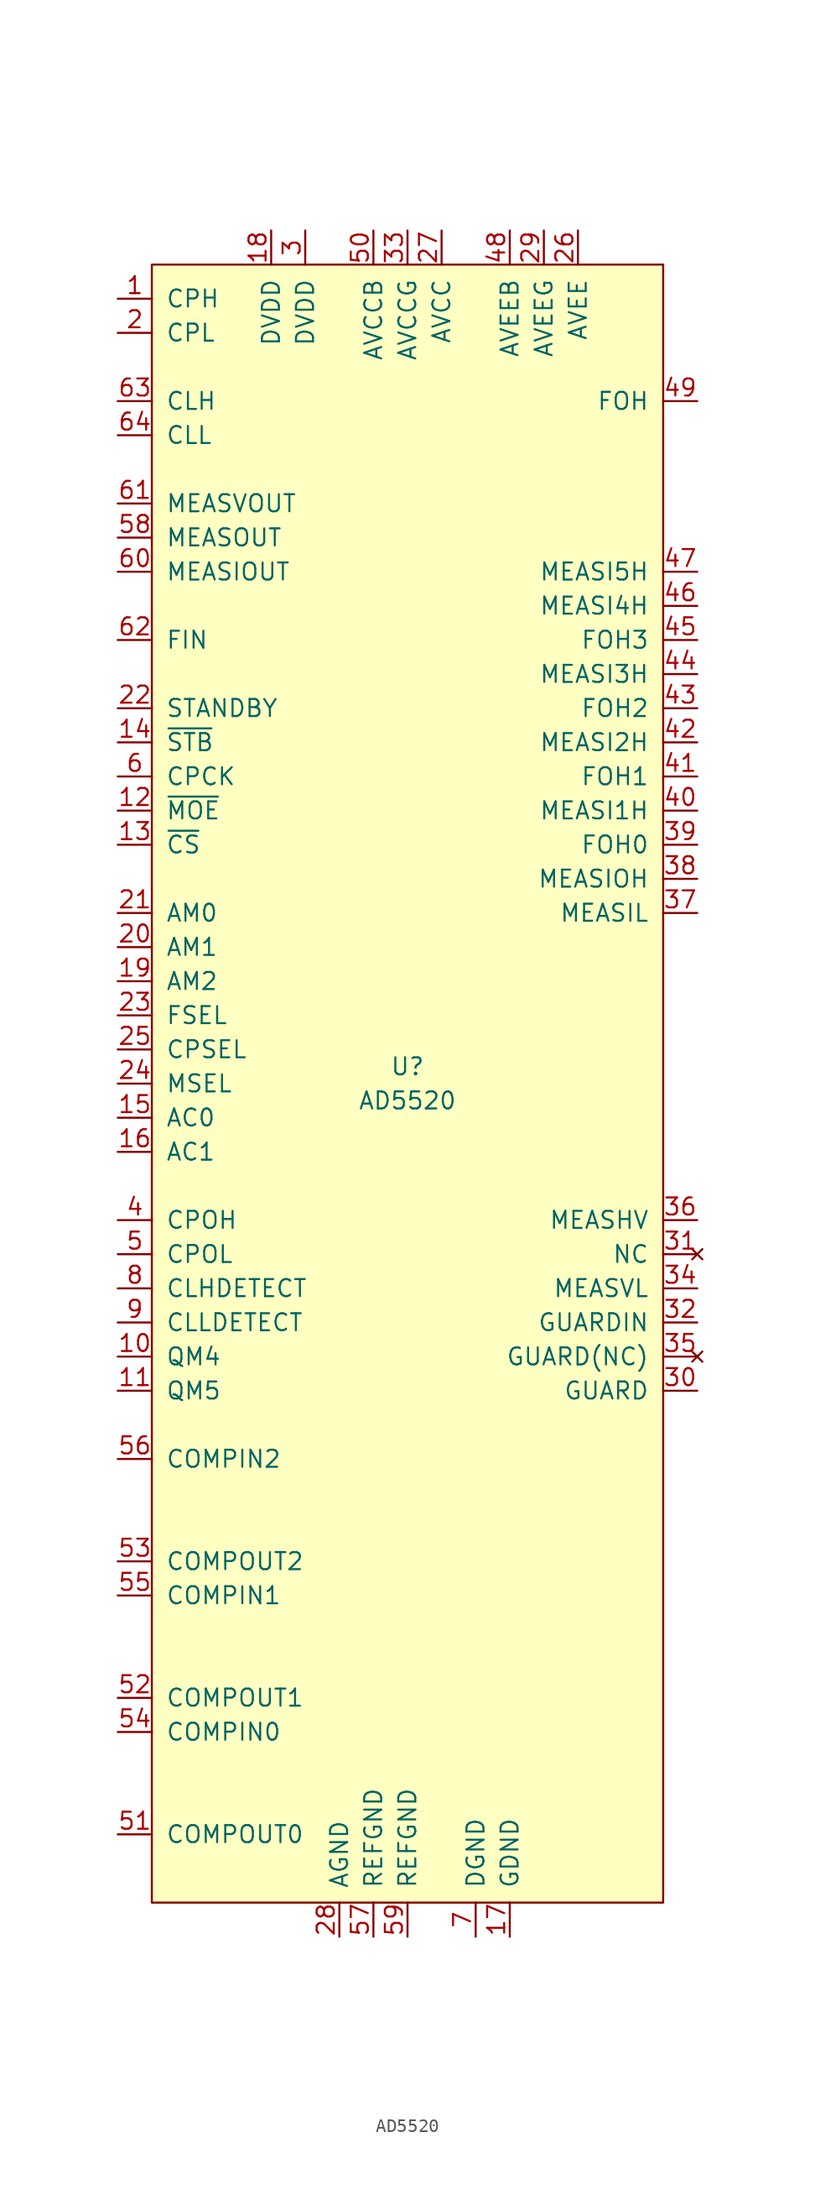
<source format=kicad_sym>
(kicad_symbol_lib
  (version 20211014)
  (generator kicad_symbol_editor)
  (symbol "AD5520"
    (pin_names
      (offset 1.016))
    (property "Reference" "U"
      (at 0 1.27 0)
      (effects (font (size 1.27 1.27))))
    (property "Value" "AD5520"
      (at 0 -1.27 0)
      (effects (font (size 1.27 1.27))))
    (symbol "AD5520_0_1"
      (rectangle (start -19.05 60.96) (end 19.05 -60.96) (stroke (width 0) (type default) (color 0 0 0 0)) (fill (type background))))
    (symbol "AD5520_1_1"
      (pin input line (at -21.59 58.42 0) (length 2.54) (name "CPH" (effects (font (size 1.27 1.27)))) (number "1" (effects (font (size 1.27 1.27)))))
      (pin output line (at -21.59 -20.32 0) (length 2.54) (name "QM4" (effects (font (size 1.27 1.27)))) (number "10" (effects (font (size 1.27 1.27)))))
      (pin output line (at -21.59 -22.86 0) (length 2.54) (name "QM5" (effects (font (size 1.27 1.27)))) (number "11" (effects (font (size 1.27 1.27)))))
      (pin input line (at -21.59 20.32 0) (length 2.54) (name "~{MOE}" (effects (font (size 1.27 1.27)))) (number "12" (effects (font (size 1.27 1.27)))))
      (pin input line (at -21.59 17.78 0) (length 2.54) (name "~{CS}" (effects (font (size 1.27 1.27)))) (number "13" (effects (font (size 1.27 1.27)))))
      (pin input line (at -21.59 25.4 0) (length 2.54) (name "~{STB}" (effects (font (size 1.27 1.27)))) (number "14" (effects (font (size 1.27 1.27)))))
      (pin input line (at -21.59 -2.54 0) (length 2.54) (name "AC0" (effects (font (size 1.27 1.27)))) (number "15" (effects (font (size 1.27 1.27)))))
      (pin input line (at -21.59 -5.08 0) (length 2.54) (name "AC1" (effects (font (size 1.27 1.27)))) (number "16" (effects (font (size 1.27 1.27)))))
      (pin passive line (at 7.62 -63.5 90) (length 2.54) (name "GDND" (effects (font (size 1.27 1.27)))) (number "17" (effects (font (size 1.27 1.27)))))
      (pin passive line (at -10.16 63.5 270) (length 2.54) (name "DVDD" (effects (font (size 1.27 1.27)))) (number "18" (effects (font (size 1.27 1.27)))))
      (pin input line (at -21.59 7.62 0) (length 2.54) (name "AM2" (effects (font (size 1.27 1.27)))) (number "19" (effects (font (size 1.27 1.27)))))
      (pin input line (at -21.59 55.88 0) (length 2.54) (name "CPL" (effects (font (size 1.27 1.27)))) (number "2" (effects (font (size 1.27 1.27)))))
      (pin input line (at -21.59 10.16 0) (length 2.54) (name "AM1" (effects (font (size 1.27 1.27)))) (number "20" (effects (font (size 1.27 1.27)))))
      (pin input line (at -21.59 12.7 0) (length 2.54) (name "AM0" (effects (font (size 1.27 1.27)))) (number "21" (effects (font (size 1.27 1.27)))))
      (pin input line (at -21.59 27.94 0) (length 2.54) (name "STANDBY" (effects (font (size 1.27 1.27)))) (number "22" (effects (font (size 1.27 1.27)))))
      (pin input line (at -21.59 5.08 0) (length 2.54) (name "FSEL" (effects (font (size 1.27 1.27)))) (number "23" (effects (font (size 1.27 1.27)))))
      (pin input line (at -21.59 0 0) (length 2.54) (name "MSEL" (effects (font (size 1.27 1.27)))) (number "24" (effects (font (size 1.27 1.27)))))
      (pin input line (at -21.59 2.54 0) (length 2.54) (name "CPSEL" (effects (font (size 1.27 1.27)))) (number "25" (effects (font (size 1.27 1.27)))))
      (pin passive line (at 12.7 63.5 270) (length 2.54) (name "AVEE" (effects (font (size 1.27 1.27)))) (number "26" (effects (font (size 1.27 1.27)))))
      (pin passive line (at 2.54 63.5 270) (length 2.54) (name "AVCC" (effects (font (size 1.27 1.27)))) (number "27" (effects (font (size 1.27 1.27)))))
      (pin passive line (at -5.08 -63.5 90) (length 2.54) (name "AGND" (effects (font (size 1.27 1.27)))) (number "28" (effects (font (size 1.27 1.27)))))
      (pin passive line (at 10.16 63.5 270) (length 2.54) (name "AVEEG" (effects (font (size 1.27 1.27)))) (number "29" (effects (font (size 1.27 1.27)))))
      (pin passive line (at -7.62 63.5 270) (length 2.54) (name "DVDD" (effects (font (size 1.27 1.27)))) (number "3" (effects (font (size 1.27 1.27)))))
      (pin output line (at 21.59 -22.86 180) (length 2.54) (name "GUARD" (effects (font (size 1.27 1.27)))) (number "30" (effects (font (size 1.27 1.27)))))
      (pin no_connect line (at 21.59 -12.7 180) (length 2.54) (name "NC" (effects (font (size 1.27 1.27)))) (number "31" (effects (font (size 1.27 1.27)))))
      (pin input line (at 21.59 -17.78 180) (length 2.54) (name "GUARDIN" (effects (font (size 1.27 1.27)))) (number "32" (effects (font (size 1.27 1.27)))))
      (pin passive line (at 0 63.5 270) (length 2.54) (name "AVCCG" (effects (font (size 1.27 1.27)))) (number "33" (effects (font (size 1.27 1.27)))))
      (pin input line (at 21.59 -15.24 180) (length 2.54) (name "MEASVL" (effects (font (size 1.27 1.27)))) (number "34" (effects (font (size 1.27 1.27)))))
      (pin no_connect line (at 21.59 -20.32 180) (length 2.54) (name "GUARD(NC)" (effects (font (size 1.27 1.27)))) (number "35" (effects (font (size 1.27 1.27)))))
      (pin input line (at 21.59 -10.16 180) (length 2.54) (name "MEASHV" (effects (font (size 1.27 1.27)))) (number "36" (effects (font (size 1.27 1.27)))))
      (pin input line (at 21.59 12.7 180) (length 2.54) (name "MEASIL" (effects (font (size 1.27 1.27)))) (number "37" (effects (font (size 1.27 1.27)))))
      (pin input line (at 21.59 15.24 180) (length 2.54) (name "MEASIOH" (effects (font (size 1.27 1.27)))) (number "38" (effects (font (size 1.27 1.27)))))
      (pin output line (at 21.59 17.78 180) (length 2.54) (name "FOH0" (effects (font (size 1.27 1.27)))) (number "39" (effects (font (size 1.27 1.27)))))
      (pin output line (at -21.59 -10.16 0) (length 2.54) (name "CPOH" (effects (font (size 1.27 1.27)))) (number "4" (effects (font (size 1.27 1.27)))))
      (pin input line (at 21.59 20.32 180) (length 2.54) (name "MEASI1H" (effects (font (size 1.27 1.27)))) (number "40" (effects (font (size 1.27 1.27)))))
      (pin output line (at 21.59 22.86 180) (length 2.54) (name "FOH1" (effects (font (size 1.27 1.27)))) (number "41" (effects (font (size 1.27 1.27)))))
      (pin input line (at 21.59 25.4 180) (length 2.54) (name "MEASI2H" (effects (font (size 1.27 1.27)))) (number "42" (effects (font (size 1.27 1.27)))))
      (pin output line (at 21.59 27.94 180) (length 2.54) (name "FOH2" (effects (font (size 1.27 1.27)))) (number "43" (effects (font (size 1.27 1.27)))))
      (pin input line (at 21.59 30.48 180) (length 2.54) (name "MEASI3H" (effects (font (size 1.27 1.27)))) (number "44" (effects (font (size 1.27 1.27)))))
      (pin output line (at 21.59 33.02 180) (length 2.54) (name "FOH3" (effects (font (size 1.27 1.27)))) (number "45" (effects (font (size 1.27 1.27)))))
      (pin input line (at 21.59 35.56 180) (length 2.54) (name "MEASI4H" (effects (font (size 1.27 1.27)))) (number "46" (effects (font (size 1.27 1.27)))))
      (pin input line (at 21.59 38.1 180) (length 2.54) (name "MEASI5H" (effects (font (size 1.27 1.27)))) (number "47" (effects (font (size 1.27 1.27)))))
      (pin passive line (at 7.62 63.5 270) (length 2.54) (name "AVEEB" (effects (font (size 1.27 1.27)))) (number "48" (effects (font (size 1.27 1.27)))))
      (pin output line (at 21.59 50.8 180) (length 2.54) (name "FOH" (effects (font (size 1.27 1.27)))) (number "49" (effects (font (size 1.27 1.27)))))
      (pin output line (at -21.59 -12.7 0) (length 2.54) (name "CPOL" (effects (font (size 1.27 1.27)))) (number "5" (effects (font (size 1.27 1.27)))))
      (pin passive line (at -2.54 63.5 270) (length 2.54) (name "AVCCB" (effects (font (size 1.27 1.27)))) (number "50" (effects (font (size 1.27 1.27)))))
      (pin output line (at -21.59 -55.88 0) (length 2.54) (name "COMPOUT0" (effects (font (size 1.27 1.27)))) (number "51" (effects (font (size 1.27 1.27)))))
      (pin output line (at -21.59 -45.72 0) (length 2.54) (name "COMPOUT1" (effects (font (size 1.27 1.27)))) (number "52" (effects (font (size 1.27 1.27)))))
      (pin output line (at -21.59 -35.56 0) (length 2.54) (name "COMPOUT2" (effects (font (size 1.27 1.27)))) (number "53" (effects (font (size 1.27 1.27)))))
      (pin input line (at -21.59 -48.26 0) (length 2.54) (name "COMPIN0" (effects (font (size 1.27 1.27)))) (number "54" (effects (font (size 1.27 1.27)))))
      (pin input line (at -21.59 -38.1 0) (length 2.54) (name "COMPIN1" (effects (font (size 1.27 1.27)))) (number "55" (effects (font (size 1.27 1.27)))))
      (pin input line (at -21.59 -27.94 0) (length 2.54) (name "COMPIN2" (effects (font (size 1.27 1.27)))) (number "56" (effects (font (size 1.27 1.27)))))
      (pin passive line (at -2.54 -63.5 90) (length 2.54) (name "REFGND" (effects (font (size 1.27 1.27)))) (number "57" (effects (font (size 1.27 1.27)))))
      (pin output line (at -21.59 40.64 0) (length 2.54) (name "MEASOUT" (effects (font (size 1.27 1.27)))) (number "58" (effects (font (size 1.27 1.27)))))
      (pin passive line (at 0 -63.5 90) (length 2.54) (name "REFGND" (effects (font (size 1.27 1.27)))) (number "59" (effects (font (size 1.27 1.27)))))
      (pin input line (at -21.59 22.86 0) (length 2.54) (name "CPCK" (effects (font (size 1.27 1.27)))) (number "6" (effects (font (size 1.27 1.27)))))
      (pin output line (at -21.59 38.1 0) (length 2.54) (name "MEASIOUT" (effects (font (size 1.27 1.27)))) (number "60" (effects (font (size 1.27 1.27)))))
      (pin output line (at -21.59 43.18 0) (length 2.54) (name "MEASVOUT" (effects (font (size 1.27 1.27)))) (number "61" (effects (font (size 1.27 1.27)))))
      (pin input line (at -21.59 33.02 0) (length 2.54) (name "FIN" (effects (font (size 1.27 1.27)))) (number "62" (effects (font (size 1.27 1.27)))))
      (pin input line (at -21.59 50.8 0) (length 2.54) (name "CLH" (effects (font (size 1.27 1.27)))) (number "63" (effects (font (size 1.27 1.27)))))
      (pin input line (at -21.59 48.26 0) (length 2.54) (name "CLL" (effects (font (size 1.27 1.27)))) (number "64" (effects (font (size 1.27 1.27)))))
      (pin passive line (at 5.08 -63.5 90) (length 2.54) (name "DGND" (effects (font (size 1.27 1.27)))) (number "7" (effects (font (size 1.27 1.27)))))
      (pin output line (at -21.59 -15.24 0) (length 2.54) (name "CLHDETECT" (effects (font (size 1.27 1.27)))) (number "8" (effects (font (size 1.27 1.27)))))
      (pin output line (at -21.59 -17.78 0) (length 2.54) (name "CLLDETECT" (effects (font (size 1.27 1.27)))) (number "9" (effects (font (size 1.27 1.27))))))))
</source>
